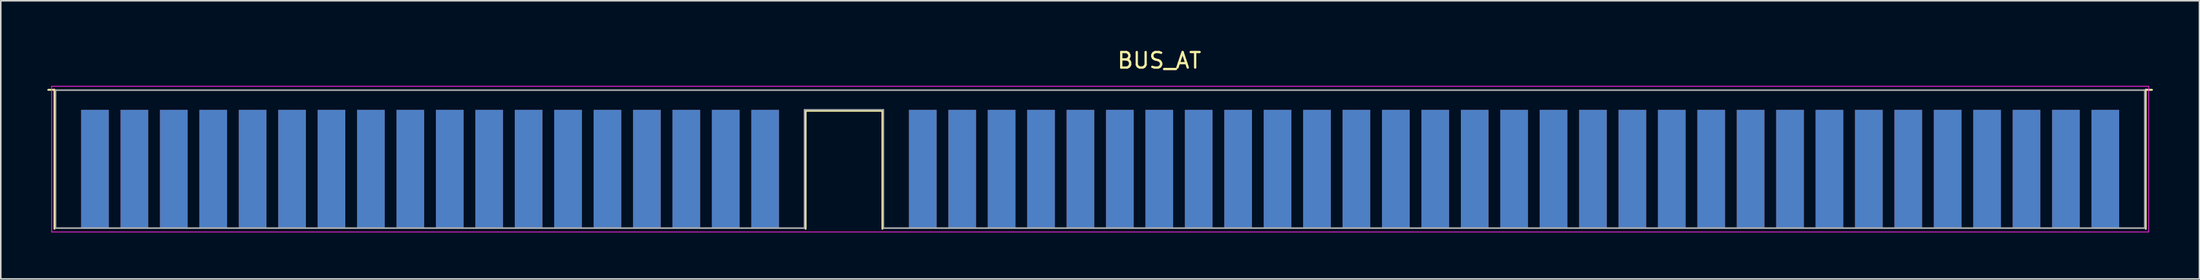
<source format=kicad_pcb>
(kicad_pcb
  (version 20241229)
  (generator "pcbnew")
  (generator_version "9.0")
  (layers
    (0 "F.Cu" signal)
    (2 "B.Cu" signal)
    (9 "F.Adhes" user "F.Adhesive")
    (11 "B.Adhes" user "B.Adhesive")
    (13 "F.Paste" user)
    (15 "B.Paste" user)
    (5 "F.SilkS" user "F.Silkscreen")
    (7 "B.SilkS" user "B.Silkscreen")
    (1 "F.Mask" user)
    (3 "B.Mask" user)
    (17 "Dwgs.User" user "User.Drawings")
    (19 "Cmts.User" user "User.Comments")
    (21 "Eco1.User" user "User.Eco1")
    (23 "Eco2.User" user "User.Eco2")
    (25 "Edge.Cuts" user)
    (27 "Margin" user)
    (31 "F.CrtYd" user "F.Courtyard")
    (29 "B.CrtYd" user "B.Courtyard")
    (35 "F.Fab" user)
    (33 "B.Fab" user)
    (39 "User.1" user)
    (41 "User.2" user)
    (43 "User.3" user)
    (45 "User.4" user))
  (footprint "BUS_AT"
    (layer "F.Cu")
    (at 132.61 7.838)
    (property "Reference" "BUS_AT" (at -60.96 -6.99 0) (layer "F.SilkS") (effects (font (size 1 1) (thickness 0.15))))
    (attr through_hole)
    (fp_line (start -132.15 -5.1) (end -132.55 -5.1) (stroke (width 0.12) (type solid)) (layer "F.SilkS"))
    (fp_line (start -132.15 3.85) (end -132.15 -5.1) (stroke (width 0.12) (type solid)) (layer "F.SilkS"))
    (fp_line (start -83.75 -3.75) (end -78.8 -3.75) (stroke (width 0.12) (type solid)) (layer "F.SilkS"))
    (fp_line (start -83.75 3.85) (end -83.75 -3.75) (stroke (width 0.12) (type solid)) (layer "F.SilkS"))
    (fp_line (start -78.8 -3.75) (end -78.8 3.85) (stroke (width 0.12) (type solid)) (layer "F.SilkS"))
    (fp_line (start 2.6 -5.1) (end 3 -5.1) (stroke (width 0.12) (type solid)) (layer "F.SilkS"))
    (fp_line (start 2.6 3.85) (end 2.6 -5.1) (stroke (width 0.12) (type solid)) (layer "F.SilkS"))
    (fp_line (start -132.33 -5.33) (end -132.33 4.06) (stroke (width 0.05) (type solid)) (layer "F.CrtYd"))
    (fp_line (start -132.33 -5.33) (end 2.79 -5.33) (stroke (width 0.05) (type solid)) (layer "F.CrtYd"))
    (fp_line (start 2.79 4.06) (end -132.33 4.06) (stroke (width 0.05) (type solid)) (layer "F.CrtYd"))
    (fp_line (start 2.79 4.06) (end 2.79 -5.33) (stroke (width 0.05) (type solid)) (layer "F.CrtYd"))
    (fp_line (start -132.08 -5.08) (end 2.54 -5.08) (stroke (width 0.1) (type solid)) (layer "F.Fab"))
    (fp_line (start -132.08 3.81) (end -132.08 -5.08) (stroke (width 0.1) (type solid)) (layer "F.Fab"))
    (fp_line (start -83.82 -3.81) (end -83.82 3.81) (stroke (width 0.1) (type solid)) (layer "F.Fab"))
    (fp_line (start -83.82 3.81) (end -132.08 3.81) (stroke (width 0.1) (type solid)) (layer "F.Fab"))
    (fp_line (start -78.74 -3.81) (end -83.82 -3.81) (stroke (width 0.1) (type solid)) (layer "F.Fab"))
    (fp_line (start -78.74 3.81) (end -78.74 -3.81) (stroke (width 0.1) (type solid)) (layer "F.Fab"))
    (fp_line (start 2.54 -5.08) (end 2.54 3.81) (stroke (width 0.1) (type solid)) (layer "F.Fab"))
    (fp_line (start 2.54 3.81) (end -78.74 3.81) (stroke (width 0.1) (type solid)) (layer "F.Fab"))
    (pad "1" connect rect (at 0 0) (size 1.78 7.62) (layers "B.Cu" "B.Mask"))
    (pad "2" connect rect (at -2.54 0) (size 1.78 7.62) (layers "B.Cu" "B.Mask"))
    (pad "3" connect rect (at -5.08 0) (size 1.78 7.62) (layers "B.Cu" "B.Mask"))
    (pad "4" connect rect (at -7.62 0) (size 1.78 7.62) (layers "B.Cu" "B.Mask"))
    (pad "5" connect rect (at -10.16 0) (size 1.78 7.62) (layers "B.Cu" "B.Mask"))
    (pad "6" connect rect (at -12.7 0) (size 1.78 7.62) (layers "B.Cu" "B.Mask"))
    (pad "7" connect rect (at -15.24 0) (size 1.78 7.62) (layers "B.Cu" "B.Mask"))
    (pad "8" connect rect (at -17.78 0) (size 1.78 7.62) (layers "B.Cu" "B.Mask"))
    (pad "9" connect rect (at -20.32 0) (size 1.78 7.62) (layers "B.Cu" "B.Mask"))
    (pad "10" connect rect (at -22.86 0) (size 1.78 7.62) (layers "B.Cu" "B.Mask"))
    (pad "11" connect rect (at -25.4 0) (size 1.78 7.62) (layers "B.Cu" "B.Mask"))
    (pad "12" connect rect (at -27.94 0) (size 1.78 7.62) (layers "B.Cu" "B.Mask"))
    (pad "13" connect rect (at -30.48 0) (size 1.78 7.62) (layers "B.Cu" "B.Mask"))
    (pad "14" connect rect (at -33.02 0) (size 1.78 7.62) (layers "B.Cu" "B.Mask"))
    (pad "15" connect rect (at -35.56 0) (size 1.78 7.62) (layers "B.Cu" "B.Mask"))
    (pad "16" connect rect (at -38.1 0) (size 1.78 7.62) (layers "B.Cu" "B.Mask"))
    (pad "17" connect rect (at -40.64 0) (size 1.78 7.62) (layers "B.Cu" "B.Mask"))
    (pad "18" connect rect (at -43.18 0) (size 1.78 7.62) (layers "B.Cu" "B.Mask"))
    (pad "19" connect rect (at -45.72 0) (size 1.78 7.62) (layers "B.Cu" "B.Mask"))
    (pad "20" connect rect (at -48.26 0) (size 1.78 7.62) (layers "B.Cu" "B.Mask"))
    (pad "21" connect rect (at -50.8 0) (size 1.78 7.62) (layers "B.Cu" "B.Mask"))
    (pad "22" connect rect (at -53.34 0) (size 1.78 7.62) (layers "B.Cu" "B.Mask"))
    (pad "23" connect rect (at -55.88 0) (size 1.78 7.62) (layers "B.Cu" "B.Mask"))
    (pad "24" connect rect (at -58.42 0) (size 1.78 7.62) (layers "B.Cu" "B.Mask"))
    (pad "25" connect rect (at -60.96 0) (size 1.78 7.62) (layers "B.Cu" "B.Mask"))
    (pad "26" connect rect (at -63.5 0) (size 1.78 7.62) (layers "B.Cu" "B.Mask"))
    (pad "27" connect rect (at -66.04 0) (size 1.78 7.62) (layers "B.Cu" "B.Mask"))
    (pad "28" connect rect (at -68.58 0) (size 1.78 7.62) (layers "B.Cu" "B.Mask"))
    (pad "29" connect rect (at -71.12 0) (size 1.78 7.62) (layers "B.Cu" "B.Mask"))
    (pad "30" connect rect (at -73.66 0) (size 1.78 7.62) (layers "B.Cu" "B.Mask"))
    (pad "31" connect rect (at -76.2 0) (size 1.78 7.62) (layers "B.Cu" "B.Mask"))
    (pad "32" connect rect (at 0 0) (size 1.78 7.62) (layers "F.Cu" "F.Mask"))
    (pad "33" connect rect (at -2.54 0) (size 1.78 7.62) (layers "F.Cu" "F.Mask"))
    (pad "34" connect rect (at -5.08 0) (size 1.78 7.62) (layers "F.Cu" "F.Mask"))
    (pad "35" connect rect (at -7.62 0) (size 1.78 7.62) (layers "F.Cu" "F.Mask"))
    (pad "36" connect rect (at -10.16 0) (size 1.78 7.62) (layers "F.Cu" "F.Mask"))
    (pad "37" connect rect (at -12.7 0) (size 1.78 7.62) (layers "F.Cu" "F.Mask"))
    (pad "38" connect rect (at -15.24 0) (size 1.78 7.62) (layers "F.Cu" "F.Mask"))
    (pad "39" connect rect (at -17.78 0) (size 1.78 7.62) (layers "F.Cu" "F.Mask"))
    (pad "40" connect rect (at -20.32 0) (size 1.78 7.62) (layers "F.Cu" "F.Mask"))
    (pad "41" connect rect (at -22.86 0) (size 1.78 7.62) (layers "F.Cu" "F.Mask"))
    (pad "42" connect rect (at -25.4 0) (size 1.78 7.62) (layers "F.Cu" "F.Mask"))
    (pad "43" connect rect (at -27.94 0) (size 1.78 7.62) (layers "F.Cu" "F.Mask"))
    (pad "44" connect rect (at -30.48 0) (size 1.78 7.62) (layers "F.Cu" "F.Mask"))
    (pad "45" connect rect (at -33.02 0) (size 1.78 7.62) (layers "F.Cu" "F.Mask"))
    (pad "46" connect rect (at -35.56 0) (size 1.78 7.62) (layers "F.Cu" "F.Mask"))
    (pad "47" connect rect (at -38.1 0) (size 1.78 7.62) (layers "F.Cu" "F.Mask"))
    (pad "48" connect rect (at -40.64 0) (size 1.78 7.62) (layers "F.Cu" "F.Mask"))
    (pad "49" connect rect (at -43.18 0) (size 1.78 7.62) (layers "F.Cu" "F.Mask"))
    (pad "50" connect rect (at -45.72 0) (size 1.78 7.62) (layers "F.Cu" "F.Mask"))
    (pad "51" connect rect (at -48.26 0) (size 1.78 7.62) (layers "F.Cu" "F.Mask"))
    (pad "52" connect rect (at -50.8 0) (size 1.78 7.62) (layers "F.Cu" "F.Mask"))
    (pad "53" connect rect (at -53.34 0) (size 1.78 7.62) (layers "F.Cu" "F.Mask"))
    (pad "54" connect rect (at -55.88 0) (size 1.78 7.62) (layers "F.Cu" "F.Mask"))
    (pad "55" connect rect (at -58.42 0) (size 1.78 7.62) (layers "F.Cu" "F.Mask"))
    (pad "56" connect rect (at -60.96 0) (size 1.78 7.62) (layers "F.Cu" "F.Mask"))
    (pad "57" connect rect (at -63.5 0) (size 1.78 7.62) (layers "F.Cu" "F.Mask"))
    (pad "58" connect rect (at -66.04 0) (size 1.78 7.62) (layers "F.Cu" "F.Mask"))
    (pad "59" connect rect (at -68.58 0) (size 1.78 7.62) (layers "F.Cu" "F.Mask"))
    (pad "60" connect rect (at -71.12 0) (size 1.78 7.62) (layers "F.Cu" "F.Mask"))
    (pad "61" connect rect (at -73.66 0) (size 1.78 7.62) (layers "F.Cu" "F.Mask"))
    (pad "62" connect rect (at -76.2 0) (size 1.78 7.62) (layers "F.Cu" "F.Mask"))
    (pad "63" connect rect (at -86.36 0) (size 1.78 7.62) (layers "B.Cu" "B.Mask"))
    (pad "64" connect rect (at -88.9 0) (size 1.78 7.62) (layers "B.Cu" "B.Mask"))
    (pad "65" connect rect (at -91.44 0) (size 1.78 7.62) (layers "B.Cu" "B.Mask"))
    (pad "66" connect rect (at -93.98 0) (size 1.78 7.62) (layers "B.Cu" "B.Mask"))
    (pad "67" connect rect (at -96.52 0) (size 1.78 7.62) (layers "B.Cu" "B.Mask"))
    (pad "68" connect rect (at -99.06 0) (size 1.78 7.62) (layers "B.Cu" "B.Mask"))
    (pad "69" connect rect (at -101.6 0) (size 1.78 7.62) (layers "B.Cu" "B.Mask"))
    (pad "70" connect rect (at -104.14 0) (size 1.78 7.62) (layers "B.Cu" "B.Mask"))
    (pad "71" connect rect (at -106.68 0) (size 1.78 7.62) (layers "B.Cu" "B.Mask"))
    (pad "72" connect rect (at -109.22 0) (size 1.78 7.62) (layers "B.Cu" "B.Mask"))
    (pad "73" connect rect (at -111.76 0) (size 1.78 7.62) (layers "B.Cu" "B.Mask"))
    (pad "74" connect rect (at -114.3 0) (size 1.78 7.62) (layers "B.Cu" "B.Mask"))
    (pad "75" connect rect (at -116.84 0) (size 1.78 7.62) (layers "B.Cu" "B.Mask"))
    (pad "76" connect rect (at -119.38 0) (size 1.78 7.62) (layers "B.Cu" "B.Mask"))
    (pad "77" connect rect (at -121.92 0) (size 1.78 7.62) (layers "B.Cu" "B.Mask"))
    (pad "78" connect rect (at -124.46 0) (size 1.78 7.62) (layers "B.Cu" "B.Mask"))
    (pad "79" connect rect (at -127 0) (size 1.78 7.62) (layers "B.Cu" "B.Mask"))
    (pad "80" connect rect (at -129.54 0) (size 1.78 7.62) (layers "B.Cu" "B.Mask"))
    (pad "81" connect rect (at -86.36 0) (size 1.78 7.62) (layers "F.Cu" "F.Mask"))
    (pad "82" connect rect (at -88.9 0) (size 1.78 7.62) (layers "F.Cu" "F.Mask"))
    (pad "83" connect rect (at -91.44 0) (size 1.78 7.62) (layers "F.Cu" "F.Mask"))
    (pad "84" connect rect (at -93.98 0) (size 1.78 7.62) (layers "F.Cu" "F.Mask"))
    (pad "85" connect rect (at -96.52 0) (size 1.78 7.62) (layers "F.Cu" "F.Mask"))
    (pad "86" connect rect (at -99.06 0) (size 1.78 7.62) (layers "F.Cu" "F.Mask"))
    (pad "87" connect rect (at -101.6 0) (size 1.78 7.62) (layers "F.Cu" "F.Mask"))
    (pad "88" connect rect (at -104.14 0) (size 1.78 7.62) (layers "F.Cu" "F.Mask"))
    (pad "89" connect rect (at -106.68 0) (size 1.78 7.62) (layers "F.Cu" "F.Mask"))
    (pad "90" connect rect (at -109.22 0) (size 1.78 7.62) (layers "F.Cu" "F.Mask"))
    (pad "91" connect rect (at -111.76 0) (size 1.78 7.62) (layers "F.Cu" "F.Mask"))
    (pad "92" connect rect (at -114.3 0) (size 1.78 7.62) (layers "F.Cu" "F.Mask"))
    (pad "93" connect rect (at -116.84 0) (size 1.78 7.62) (layers "F.Cu" "F.Mask"))
    (pad "94" connect rect (at -119.38 0) (size 1.78 7.62) (layers "F.Cu" "F.Mask"))
    (pad "95" connect rect (at -121.92 0) (size 1.78 7.62) (layers "F.Cu" "F.Mask"))
    (pad "96" connect rect (at -124.46 0) (size 1.78 7.62) (layers "F.Cu" "F.Mask"))
    (pad "97" connect rect (at -127 0) (size 1.78 7.62) (layers "F.Cu" "F.Mask"))
    (pad "98" connect rect (at -129.54 0) (size 1.78 7.62) (layers "F.Cu" "F.Mask")))
  (gr_rect
    (start -3 -3)
    (end 138.67 14.923)
    (stroke (width 0.1) (type default))
    (fill no)
    (layer "Edge.Cuts")))
</source>
